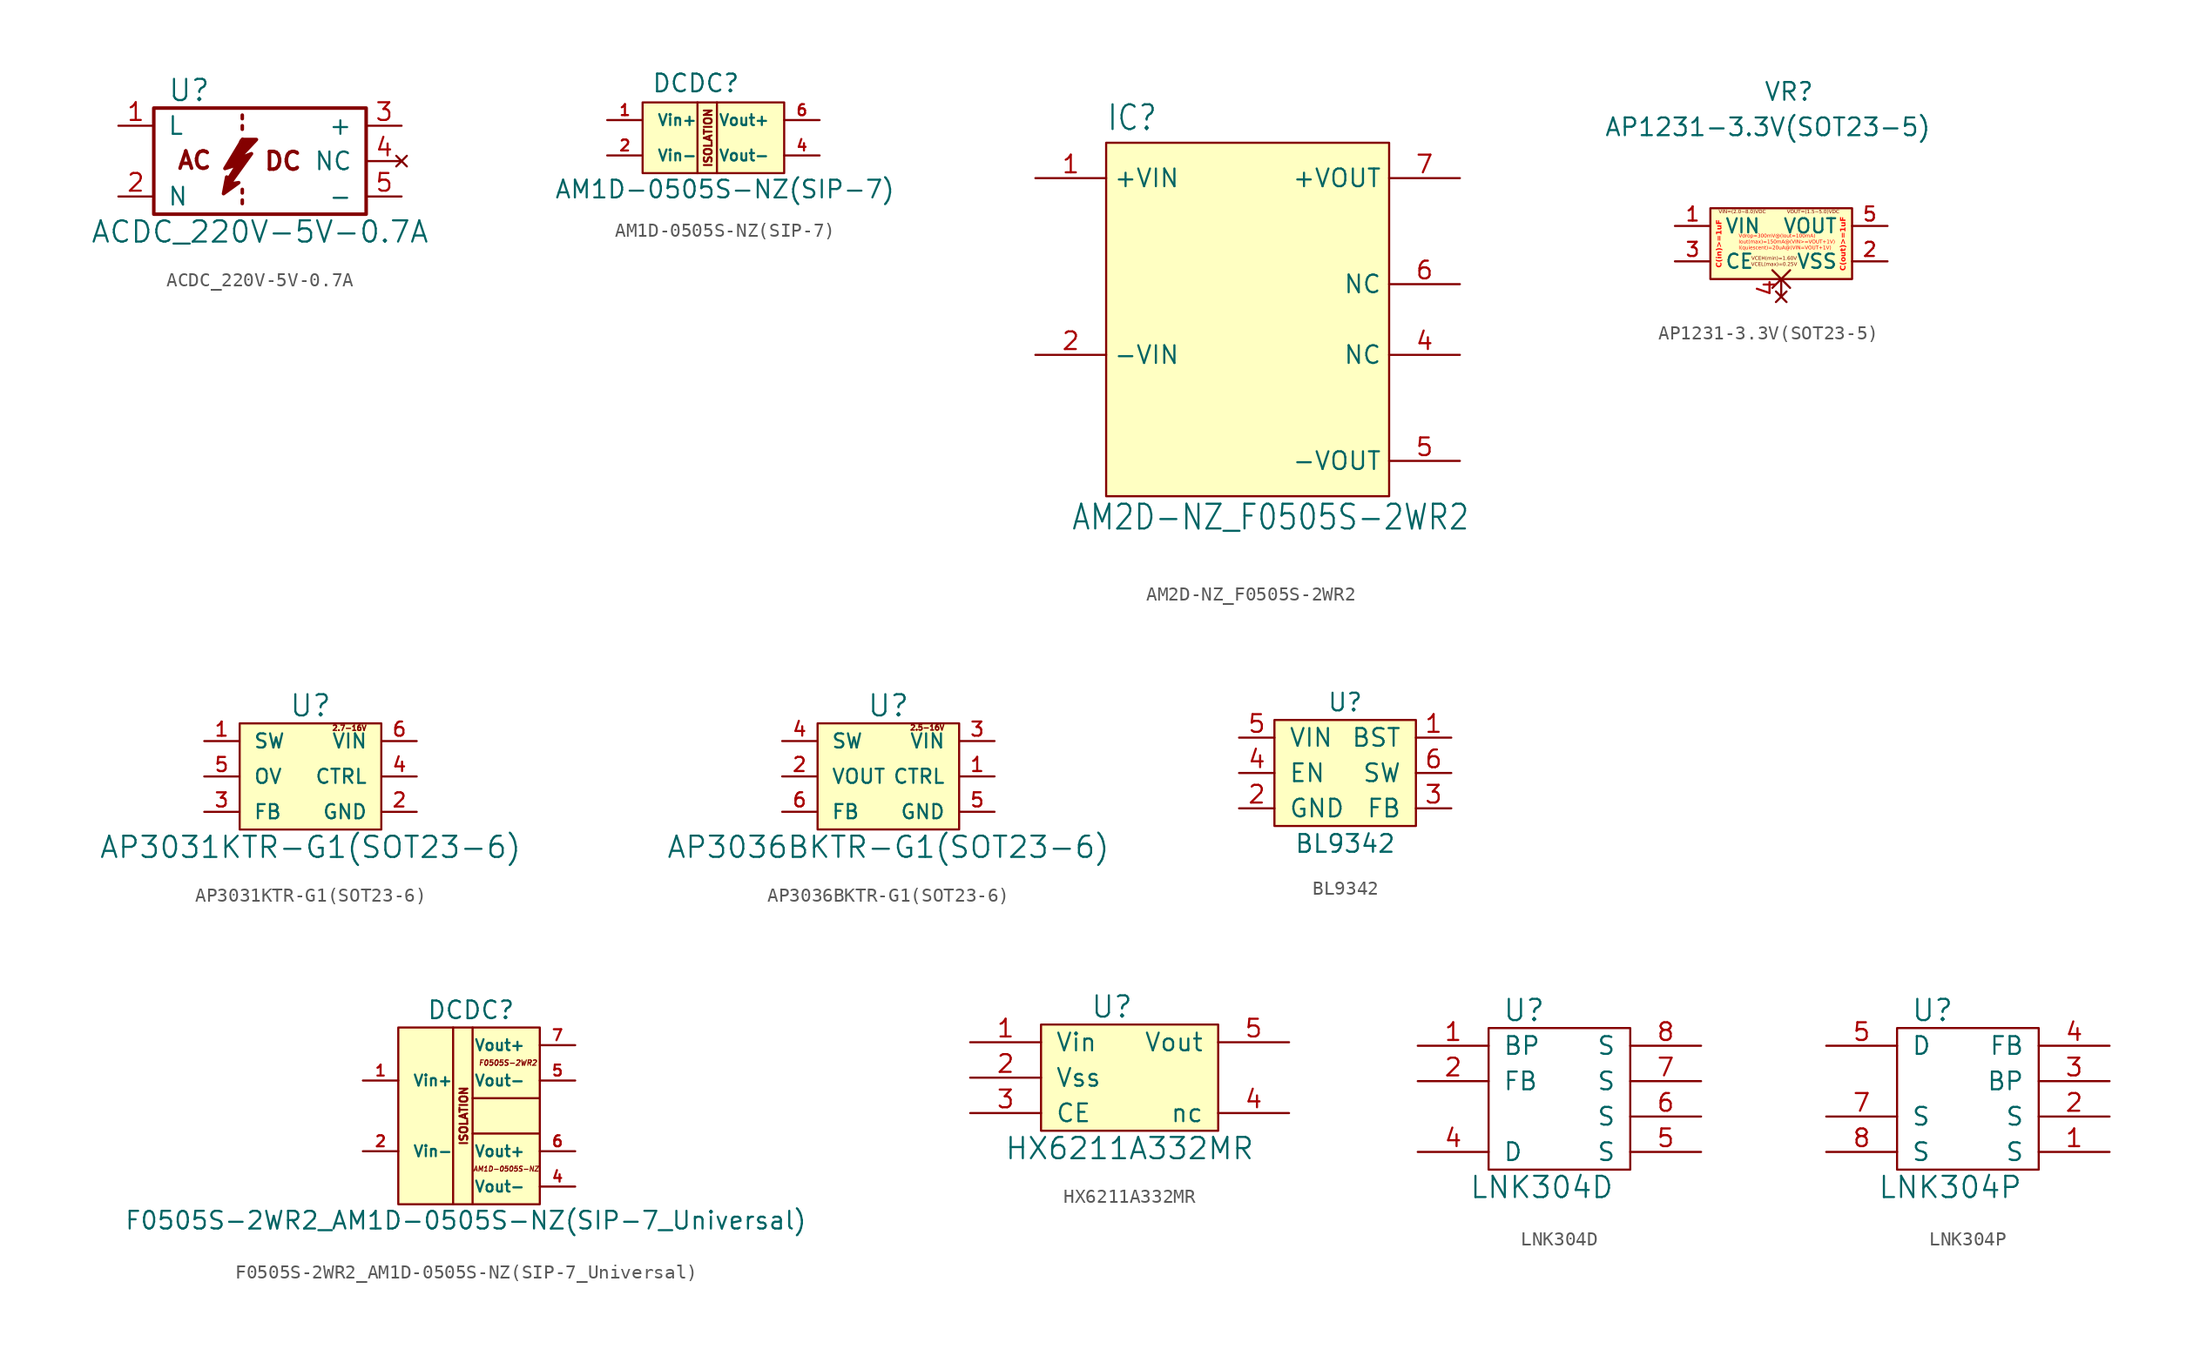
<source format=kicad_sym>
(kicad_symbol_lib
  (version 20220914)
  (generator kicad_symbol_editor)
  (symbol "ACDC_220V-5V-0.7A"
    (pin_names
      (offset 1.016))
    (property "Reference" "U"
      (at -2.54 5.08 0)
      (effects (font (size 1.524 1.524))))
    (property "Value" "ACDC_220V-5V-0.7A"
      (at 2.54 -5.08 0)
      (effects (font (size 1.524 1.524))))
    (property "Footprint" ""
      (at 1.778 -0.076 0)
      (effects (font (size 1.524 1.524))))
    (property "Datasheet" ""
      (at 1.778 -0.076 0)
      (effects (font (size 1.524 1.524))))
    (symbol "ACDC_220V-5V-0.7A_0_0"
      (polyline (pts (xy 0.457 -1.753) (xy 0.178 -1.956)) (stroke (width 0.305) (type solid)) (fill (type none)))
      (polyline (pts (xy 0.559 -0.102) (xy 1.372 0.178)) (stroke (width 0.508) (type solid)) (fill (type none)))
      (polyline (pts (xy 1.245 -0.127) (xy 0.203 -1.651)) (stroke (width 0.305) (type solid)) (fill (type none)))
      (polyline (pts (xy 1.27 -2.794) (xy 1.27 -3.048)) (stroke (width 0.254) (type solid)) (fill (type none)))
      (polyline (pts (xy 1.27 -2.032) (xy 1.27 -2.286)) (stroke (width 0.254) (type solid)) (fill (type none)))
      (polyline (pts (xy 1.27 2.54) (xy 1.27 2.286)) (stroke (width 0.254) (type solid)) (fill (type none)))
      (polyline (pts (xy 1.27 3.302) (xy 1.27 3.048)) (stroke (width 0.254) (type solid)) (fill (type none)))
      (polyline (pts (xy 1.295 1.372) (xy 1.854 1.372)) (stroke (width 0.508) (type solid)) (fill (type none)))
      (polyline (pts (xy 1.651 1.372) (xy 0.457 -0.152)) (stroke (width 0.508) (type solid)) (fill (type none)))
      (polyline (pts (xy 1.295 1.549) (xy 2.286 1.549) (xy 0.965 0.152) (xy 1.93 0.533) (xy 0.356 -1.651) (xy 1.016 -1.549) (xy -0.076 -2.337) (xy 0.152 -1.143) (xy 0.254 -1.321) (xy 0.914 -0.254) (xy 0.025 -0.533) (xy 1.295 1.575)) (stroke (width 0.254) (type solid)) (fill (type none)))
      (text "AC" (at -2.159 0.051 0) (effects (font (size 1.245 1.245) bold)))
      (text "DC" (at 4.191 0 0) (effects (font (size 1.27 1.27) bold))))
    (symbol "ACDC_220V-5V-0.7A_0_1"
      (rectangle (start -5.08 3.81) (end 10.16 -3.81) (stroke (width 0.254) (type solid)) (fill (type none))))
    (symbol "ACDC_220V-5V-0.7A_1_1"
      (pin input line (at -7.62 2.54 0) (length 2.489) (name "L" (effects (font (size 1.27 1.27)))) (number "1" (effects (font (size 1.27 1.27)))))
      (pin input line (at -7.62 -2.54 0) (length 2.489) (name "N" (effects (font (size 1.27 1.27)))) (number "2" (effects (font (size 1.27 1.27)))))
      (pin power_out line (at 12.7 2.54 180) (length 2.489) (name "+" (effects (font (size 1.27 1.27)))) (number "3" (effects (font (size 1.27 1.27)))))
      (pin no_connect line (at 12.7 0 180) (length 2.489) (name "NC" (effects (font (size 1.27 1.27)))) (number "4" (effects (font (size 1.27 1.27)))))
      (pin power_in line (at 12.7 -2.54 180) (length 2.489) (name "-" (effects (font (size 1.27 1.27)))) (number "5" (effects (font (size 1.27 1.27)))))))
  (symbol "AM1D-0505S-NZ(SIP-7)"
    (pin_names
      (offset 1.016))
    (property "Reference" "DCDC"
      (at -4.445 1.905 0)
      (effects (font (size 1.27 1.27)) (justify left bottom)))
    (property "Value" "AM1D-0505S-NZ(SIP-7)"
      (at -11.43 -5.715 0)
      (effects (font (size 1.27 1.27)) (justify left bottom)))
    (property "Datasheet" ""
      (at 0 -1.27 0)
      (effects (font (size 2.54 2.54))))
    (symbol "AM1D-0505S-NZ(SIP-7)_0_0"
      (text "ISOLATION" (at -0.381 -1.27 900) (effects (font (size 0.559 0.559)))))
    (symbol "AM1D-0505S-NZ(SIP-7)_1_0"
      (polyline (pts (xy -1.143 1.27) (xy -1.143 -3.81)) (stroke (width 0) (type solid)) (fill (type none)))
      (polyline (pts (xy 0.254 1.27) (xy 0.254 -3.81)) (stroke (width 0) (type solid)) (fill (type none)))
      (rectangle (start 5.08 1.27) (end -5.08 -3.81) (stroke (width 0) (type solid)) (fill (type background))))
    (symbol "AM1D-0505S-NZ(SIP-7)_1_1"
      (pin power_in line (at -7.62 0 0) (length 2.54) (name "Vin+" (effects (font (size 0.787 0.787)))) (number "1" (effects (font (size 0.787 0.787)))))
      (pin input line (at -7.62 -2.54 0) (length 2.54) (name "Vin-" (effects (font (size 0.787 0.787)))) (number "2" (effects (font (size 0.787 0.787)))))
      (pin power_in line (at 7.62 -2.54 180) (length 2.54) (name "Vout-" (effects (font (size 0.787 0.787)))) (number "4" (effects (font (size 0.787 0.787)))))
      (pin power_out line (at 7.62 0 180) (length 2.54) (name "Vout+" (effects (font (size 0.787 0.787)))) (number "6" (effects (font (size 0.787 0.787)))))))
  (symbol "AM2D-NZ_F0505S-2WR2"
    (property "Reference" "IC"
      (at -10.16 10.922 0)
      (effects (font (size 1.778 1.511)) (justify left bottom)))
    (property "Value" "AM2D-NZ_F0505S-2WR2"
      (at -12.7 -17.78 0)
      (effects (font (size 1.778 1.511)) (justify left bottom)))
    (symbol "AM2D-NZ_F0505S-2WR2_1_0"
      (rectangle (start -10.16 10.16) (end 10.16 -15.24) (stroke (width 0) (type default)) (fill (type background)))
      (pin input line (at -15.24 7.62 0) (length 5.08) (name "+VIN" (effects (font (size 1.27 1.27)))) (number "1" (effects (font (size 1.27 1.27)))))
      (pin input line (at -15.24 -5.08 0) (length 5.08) (name "-VIN" (effects (font (size 1.27 1.27)))) (number "2" (effects (font (size 1.27 1.27)))))
      (pin passive line (at 15.24 -5.08 180) (length 5.08) (name "NC" (effects (font (size 1.27 1.27)))) (number "4" (effects (font (size 1.27 1.27)))))
      (pin power_out line (at 15.24 -12.7 180) (length 5.08) (name "-VOUT" (effects (font (size 1.27 1.27)))) (number "5" (effects (font (size 1.27 1.27)))))
      (pin passive line (at 15.24 0 180) (length 5.08) (name "NC" (effects (font (size 1.27 1.27)))) (number "6" (effects (font (size 1.27 1.27)))))
      (pin power_out line (at 15.24 7.62 180) (length 5.08) (name "+VOUT" (effects (font (size 1.27 1.27)))) (number "7" (effects (font (size 1.27 1.27)))))))
  (symbol "AP1231-3.3V(SOT23-5)"
    (pin_names
      (offset 1.016))
    (property "Reference" "VR"
      (at -1.27 10.16 0)
      (effects (font (size 1.27 1.27)) (justify left bottom)))
    (property "Value" "AP1231-3.3V(SOT23-5)"
      (at -12.7 7.62 0)
      (effects (font (size 1.27 1.27)) (justify left bottom)))
    (symbol "AP1231-3.3V(SOT23-5)_1_0"
      (rectangle (start -5.08 2.54) (end 5.08 -2.54) (stroke (width 0) (type solid)) (fill (type background)))
      (text "C(in)>=1uF" (at -4.445 0 900) (effects (font (face "Liberation Sans") (size 0.381 0.381) bold (color 255 0 0 1))))
      (text "C(out)>=1uF" (at 4.445 0 900) (effects (font (face "Liberation Sans") (size 0.381 0.381) bold (color 255 0 0 1))))
      (text "VCEH(min)=1.60V\nVCEL(max)=0.25V" (at -0.508 -1.27 0) (effects (font (face "Liberation Sans") (size 0.254 0.254))))
      (text "Vdrop=300mV@(Iout=100mA)\nIout(max)=150mA@(VIN>=VOUT+1V)\nI(quiescent)=20uA@(VIN=VOUT+1V)" (at -3.048 0.127 0) (effects (font (face "Liberation Sans") (size 0.254 0.254) (color 255 0 0 1)) (justify left)))
      (text "VIN=(2.0~8.0)VDC" (at -2.794 2.286 0) (effects (font (face "Liberation Sans") (size 0.254 0.254))))
      (text "VOUT=(1.5~5.0)VDC" (at 2.286 2.286 0) (effects (font (face "Liberation Sans") (size 0.254 0.254)))))
    (symbol "AP1231-3.3V(SOT23-5)_1_1"
      (pin power_in line (at -7.62 1.27 0) (length 2.54) (name "VIN" (effects (font (size 1.016 1.016)))) (number "1" (effects (font (size 1.016 1.016)))))
      (pin power_in line (at 7.62 -1.27 180) (length 2.54) (name "VSS" (effects (font (size 1.016 1.016)))) (number "2" (effects (font (size 1.016 1.016)))))
      (pin input line (at -7.62 -1.27 0) (length 2.54) (name "CE" (effects (font (size 1.016 1.016)))) (number "3" (effects (font (size 1.016 1.016)))))
      (pin no_connect non_logic (at 0 -3.81 90) (length 1.27) (name "~" (effects (font (size 1.27 1.27)))) (number "4" (effects (font (size 1.27 1.27)))))
      (pin power_out line (at 7.62 1.27 180) (length 2.54) (name "VOUT" (effects (font (size 1.016 1.016)))) (number "5" (effects (font (size 1.016 1.016)))))))
  (symbol "AP3031KTR-G1(SOT23-6)"
    (pin_names
      (offset 1.016))
    (property "Reference" "U"
      (at 0 5.08 0)
      (effects (font (size 1.524 1.524))))
    (property "Value" "AP3031KTR-G1(SOT23-6)"
      (at 0 -5.08 0)
      (effects (font (size 1.524 1.524))))
    (symbol "AP3031KTR-G1(SOT23-6)_0_0"
      (text "2.7-16V" (at 2.794 3.48 0) (effects (font (size 0.381 0.381)))))
    (symbol "AP3031KTR-G1(SOT23-6)_1_0"
      (rectangle (start -5.08 3.81) (end 5.08 -3.81) (stroke (width 0) (type solid)) (fill (type background))))
    (symbol "AP3031KTR-G1(SOT23-6)_1_1"
      (pin open_collector line (at -7.62 2.54 0) (length 2.489) (name "SW" (effects (font (size 1.016 1.016)))) (number "1" (effects (font (size 1.016 1.016)))))
      (pin power_in line (at 7.62 -2.54 180) (length 2.489) (name "GND" (effects (font (size 1.016 1.016)))) (number "2" (effects (font (size 1.016 1.016)))))
      (pin input line (at -7.62 -2.54 0) (length 2.489) (name "FB" (effects (font (size 1.016 1.016)))) (number "3" (effects (font (size 1.016 1.016)))))
      (pin input line (at 7.62 0 180) (length 2.489) (name "CTRL" (effects (font (size 1.016 1.016)))) (number "4" (effects (font (size 1.016 1.016)))))
      (pin input line (at -7.62 0 0) (length 2.489) (name "OV" (effects (font (size 1.016 1.016)))) (number "5" (effects (font (size 1.016 1.016)))))
      (pin power_in line (at 7.62 2.54 180) (length 2.489) (name "VIN" (effects (font (size 1.016 1.016)))) (number "6" (effects (font (size 1.016 1.016)))))))
  (symbol "AP3036BKTR-G1(SOT23-6)"
    (pin_names
      (offset 1.016))
    (property "Reference" "U"
      (at 0 5.08 0)
      (effects (font (size 1.524 1.524))))
    (property "Value" "AP3036BKTR-G1(SOT23-6)"
      (at 0 -5.08 0)
      (effects (font (size 1.524 1.524))))
    (symbol "AP3036BKTR-G1(SOT23-6)_0_0"
      (text "2.5-16V" (at 2.794 3.505 0) (effects (font (size 0.381 0.381)))))
    (symbol "AP3036BKTR-G1(SOT23-6)_1_0"
      (rectangle (start -5.08 3.81) (end 5.08 -3.81) (stroke (width 0) (type solid)) (fill (type background))))
    (symbol "AP3036BKTR-G1(SOT23-6)_1_1"
      (pin input line (at 7.62 0 180) (length 2.489) (name "CTRL" (effects (font (size 1.016 1.016)))) (number "1" (effects (font (size 1.016 1.016)))))
      (pin power_out line (at -7.62 0 0) (length 2.489) (name "VOUT" (effects (font (size 1.016 1.016)))) (number "2" (effects (font (size 1.016 1.016)))))
      (pin power_in line (at 7.62 2.54 180) (length 2.489) (name "VIN" (effects (font (size 1.016 1.016)))) (number "3" (effects (font (size 1.016 1.016)))))
      (pin open_collector line (at -7.62 2.54 0) (length 2.489) (name "SW" (effects (font (size 1.016 1.016)))) (number "4" (effects (font (size 1.016 1.016)))))
      (pin power_in line (at 7.62 -2.54 180) (length 2.489) (name "GND" (effects (font (size 1.016 1.016)))) (number "5" (effects (font (size 1.016 1.016)))))
      (pin input line (at -7.62 -2.54 0) (length 2.489) (name "FB" (effects (font (size 1.016 1.016)))) (number "6" (effects (font (size 1.016 1.016)))))))
  (symbol "BL9342"
    (pin_names
      (offset 1.016))
    (property "Reference" "U"
      (at 0 5.08 0)
      (effects (font (size 1.27 1.27))))
    (property "Value" "BL9342"
      (at 0 -5.08 0)
      (effects (font (size 1.27 1.27))))
    (symbol "BL9342_0_1"
      (rectangle (start -5.08 3.81) (end 5.08 -3.81) (stroke (width 0) (type solid)) (fill (type background))))
    (symbol "BL9342_1_1"
      (pin bidirectional line (at 7.62 2.54 180) (length 2.54) (name "BST" (effects (font (size 1.27 1.27)))) (number "1" (effects (font (size 1.27 1.27)))))
      (pin bidirectional line (at -7.62 -2.54 0) (length 2.54) (name "GND" (effects (font (size 1.27 1.27)))) (number "2" (effects (font (size 1.27 1.27)))))
      (pin bidirectional line (at 7.62 -2.54 180) (length 2.54) (name "FB" (effects (font (size 1.27 1.27)))) (number "3" (effects (font (size 1.27 1.27)))))
      (pin bidirectional line (at -7.62 0 0) (length 2.54) (name "EN" (effects (font (size 1.27 1.27)))) (number "4" (effects (font (size 1.27 1.27)))))
      (pin bidirectional line (at -7.62 2.54 0) (length 2.54) (name "VIN" (effects (font (size 1.27 1.27)))) (number "5" (effects (font (size 1.27 1.27)))))
      (pin bidirectional line (at 7.62 0 180) (length 2.54) (name "SW" (effects (font (size 1.27 1.27)))) (number "6" (effects (font (size 1.27 1.27)))))))
  (symbol "F0505S-2WR2_AM1D-0505S-NZ(SIP-7_Universal)"
    (pin_names
      (offset 1.016))
    (property "Reference" "DCDC"
      (at -3.048 6.858 0)
      (effects (font (size 1.27 1.27)) (justify left bottom)))
    (property "Value" "F0505S-2WR2_AM1D-0505S-NZ(SIP-7_Universal)"
      (at -24.765 -8.255 0)
      (effects (font (size 1.27 1.27)) (justify left bottom)))
    (property "Datasheet" ""
      (at 0 -1.27 0)
      (effects (font (size 2.54 2.54))))
    (symbol "F0505S-2WR2_AM1D-0505S-NZ(SIP-7_Universal)_0_0"
      (polyline (pts (xy 5.08 -1.27) (xy 0.254 -1.27)) (stroke (width 0) (type solid)) (fill (type none)))
      (polyline (pts (xy 5.08 1.27) (xy 0.254 1.27)) (stroke (width 0) (type solid)) (fill (type none)))
      (text "AM1D-0505S-NZ" (at 2.667 -3.81 0) (effects (font (size 0.356 0.356) bold italic)))
      (text "F0505S-2WR2" (at 2.794 3.81 0) (effects (font (size 0.381 0.381) bold italic)))
      (text "ISOLATION" (at -0.381 0 900) (effects (font (size 0.559 0.559)))))
    (symbol "F0505S-2WR2_AM1D-0505S-NZ(SIP-7_Universal)_1_0"
      (polyline (pts (xy -1.143 6.35) (xy -1.143 -6.35)) (stroke (width 0) (type solid)) (fill (type none)))
      (polyline (pts (xy 0.254 6.35) (xy 0.254 -6.35)) (stroke (width 0) (type solid)) (fill (type none)))
      (rectangle (start 5.08 6.35) (end -5.08 -6.35) (stroke (width 0) (type solid)) (fill (type background))))
    (symbol "F0505S-2WR2_AM1D-0505S-NZ(SIP-7_Universal)_1_1"
      (pin power_in line (at -7.62 2.54 0) (length 2.54) (name "Vin+" (effects (font (size 0.787 0.787)))) (number "1" (effects (font (size 0.787 0.787)))))
      (pin input line (at -7.62 -2.54 0) (length 2.54) (name "Vin-" (effects (font (size 0.787 0.787)))) (number "2" (effects (font (size 0.787 0.787)))))
      (pin power_in line (at 7.62 -5.08 180) (length 2.54) (name "Vout-" (effects (font (size 0.787 0.787)))) (number "4" (effects (font (size 0.787 0.787)))))
      (pin power_in line (at 7.62 2.54 180) (length 2.54) (name "Vout-" (effects (font (size 0.787 0.787)))) (number "5" (effects (font (size 0.787 0.787)))))
      (pin power_in line (at 7.62 -2.54 180) (length 2.54) (name "Vout+" (effects (font (size 0.787 0.787)))) (number "6" (effects (font (size 0.787 0.787)))))
      (pin power_in line (at 7.62 5.08 180) (length 2.54) (name "Vout+" (effects (font (size 0.787 0.787)))) (number "7" (effects (font (size 0.787 0.787)))))))
  (symbol "HX6211A332MR"
    (pin_names
      (offset 1.016))
    (property "Reference" "U"
      (at -1.27 5.08 0)
      (effects (font (size 1.524 1.524))))
    (property "Value" "HX6211A332MR"
      (at 0 -5.08 0)
      (effects (font (size 1.524 1.524))))
    (symbol "HX6211A332MR_1_1"
      (rectangle (start -6.35 3.81) (end 6.35 -3.81) (stroke (width 0) (type solid)) (fill (type background)))
      (pin power_in line (at -11.43 2.54 0) (length 5.08) (name "Vin" (effects (font (size 1.27 1.27)))) (number "1" (effects (font (size 1.27 1.27)))))
      (pin power_in line (at -11.43 0 0) (length 5.08) (name "Vss" (effects (font (size 1.27 1.27)))) (number "2" (effects (font (size 1.27 1.27)))))
      (pin input line (at -11.43 -2.54 0) (length 5.08) (name "CE" (effects (font (size 1.27 1.27)))) (number "3" (effects (font (size 1.27 1.27)))))
      (pin passive line (at 11.43 -2.54 180) (length 5.08) (name "nc" (effects (font (size 1.27 1.27)))) (number "4" (effects (font (size 1.27 1.27)))))
      (pin power_out line (at 11.43 2.54 180) (length 5.08) (name "Vout" (effects (font (size 1.27 1.27)))) (number "5" (effects (font (size 1.27 1.27)))))))
  (symbol "LNK304D"
    (pin_names
      (offset 1.016))
    (property "Reference" "U"
      (at -2.54 6.35 0)
      (effects (font (size 1.524 1.524))))
    (property "Value" "LNK304D"
      (at -1.27 -6.35 0)
      (effects (font (size 1.524 1.524))))
    (property "Footprint" ""
      (at 0 0 0)
      (effects (font (size 1.524 1.524))))
    (property "Datasheet" ""
      (at 0 0 0)
      (effects (font (size 1.524 1.524))))
    (symbol "LNK304D_0_1"
      (rectangle (start -5.08 5.08) (end 5.08 -5.08) (stroke (width 0) (type solid)) (fill (type none))))
    (symbol "LNK304D_1_1"
      (pin input line (at -10.16 3.81 0) (length 5.08) (name "BP" (effects (font (size 1.27 1.27)))) (number "1" (effects (font (size 1.27 1.27)))))
      (pin input line (at -10.16 1.27 0) (length 5.08) (name "FB" (effects (font (size 1.27 1.27)))) (number "2" (effects (font (size 1.27 1.27)))))
      (pin input line (at -10.16 -3.81 0) (length 5.08) (name "D" (effects (font (size 1.27 1.27)))) (number "4" (effects (font (size 1.27 1.27)))))
      (pin input line (at 10.16 -3.81 180) (length 5.08) (name "S" (effects (font (size 1.27 1.27)))) (number "5" (effects (font (size 1.27 1.27)))))
      (pin input line (at 10.16 -1.27 180) (length 5.08) (name "S" (effects (font (size 1.27 1.27)))) (number "6" (effects (font (size 1.27 1.27)))))
      (pin input line (at 10.16 1.27 180) (length 5.08) (name "S" (effects (font (size 1.27 1.27)))) (number "7" (effects (font (size 1.27 1.27)))))
      (pin input line (at 10.16 3.81 180) (length 5.08) (name "S" (effects (font (size 1.27 1.27)))) (number "8" (effects (font (size 1.27 1.27)))))))
  (symbol "LNK304P"
    (pin_names
      (offset 1.016))
    (property "Reference" "U"
      (at -2.54 6.35 0)
      (effects (font (size 1.524 1.524))))
    (property "Value" "LNK304P"
      (at -1.27 -6.35 0)
      (effects (font (size 1.524 1.524))))
    (property "Footprint" ""
      (at 0 0 0)
      (effects (font (size 1.524 1.524))))
    (property "Datasheet" ""
      (at 0 0 0)
      (effects (font (size 1.524 1.524))))
    (symbol "LNK304P_0_1"
      (rectangle (start -5.08 5.08) (end 5.08 -5.08) (stroke (width 0) (type solid)) (fill (type none))))
    (symbol "LNK304P_1_1"
      (pin input line (at 10.16 -3.81 180) (length 5.08) (name "S" (effects (font (size 1.27 1.27)))) (number "1" (effects (font (size 1.27 1.27)))))
      (pin input line (at 10.16 -1.27 180) (length 5.08) (name "S" (effects (font (size 1.27 1.27)))) (number "2" (effects (font (size 1.27 1.27)))))
      (pin input line (at 10.16 1.27 180) (length 5.08) (name "BP" (effects (font (size 1.27 1.27)))) (number "3" (effects (font (size 1.27 1.27)))))
      (pin input line (at 10.16 3.81 180) (length 5.08) (name "FB" (effects (font (size 1.27 1.27)))) (number "4" (effects (font (size 1.27 1.27)))))
      (pin input line (at -10.16 3.81 0) (length 5.08) (name "D" (effects (font (size 1.27 1.27)))) (number "5" (effects (font (size 1.27 1.27)))))
      (pin input line (at -10.16 -1.27 0) (length 5.08) (name "S" (effects (font (size 1.27 1.27)))) (number "7" (effects (font (size 1.27 1.27)))))
      (pin input line (at -10.16 -3.81 0) (length 5.08) (name "S" (effects (font (size 1.27 1.27)))) (number "8" (effects (font (size 1.27 1.27))))))))
</source>
